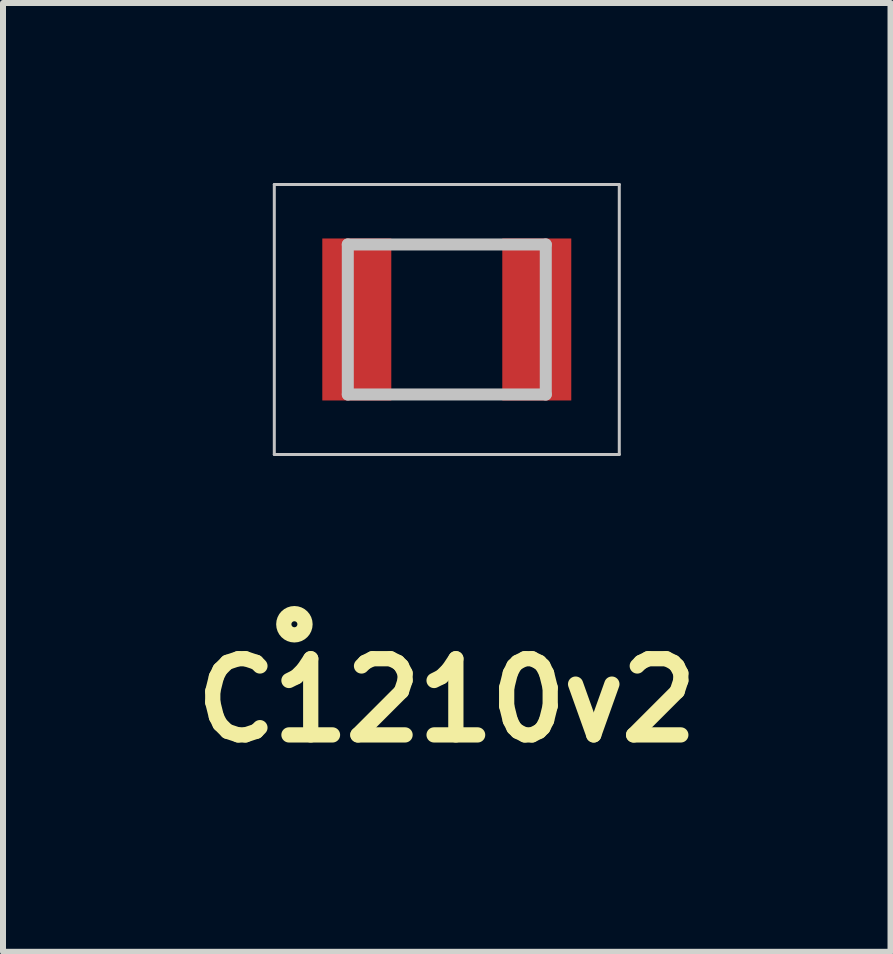
<source format=kicad_pcb>
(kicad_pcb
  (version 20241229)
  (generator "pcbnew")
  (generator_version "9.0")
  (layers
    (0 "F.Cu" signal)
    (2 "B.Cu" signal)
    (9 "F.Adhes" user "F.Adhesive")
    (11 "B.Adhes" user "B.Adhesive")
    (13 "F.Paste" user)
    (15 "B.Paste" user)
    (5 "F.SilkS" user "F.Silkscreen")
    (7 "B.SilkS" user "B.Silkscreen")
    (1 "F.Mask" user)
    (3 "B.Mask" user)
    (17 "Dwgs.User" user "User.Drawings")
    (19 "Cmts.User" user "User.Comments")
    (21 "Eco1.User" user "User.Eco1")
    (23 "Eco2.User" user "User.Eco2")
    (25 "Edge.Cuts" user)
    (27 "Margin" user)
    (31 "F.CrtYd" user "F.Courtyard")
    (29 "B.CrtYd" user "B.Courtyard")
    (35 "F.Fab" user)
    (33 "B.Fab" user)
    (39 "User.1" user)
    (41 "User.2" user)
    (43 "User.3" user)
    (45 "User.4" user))
  (footprint "C1210v2"
    (layer "F.Cu")
    (at 4.397 2.275)
    (property "Reference" "C1210v2" (at 0 6.35 0) (layer "F.SilkS") (effects (font (size 1.27 1.27) (thickness 0.254))))
    (attr smd)
    (fp_circle (center -2.54 5.08) (end -2.59 5.08) (stroke (width 0.254) (type solid)) (fill no) (layer "F.SilkS"))
    (fp_line (start -2.875 -2.25) (end 2.875 -2.25) (stroke (width 0.05) (type solid)) (layer "Dwgs.User"))
    (fp_line (start -2.875 2.25) (end -2.875 -2.25) (stroke (width 0.05) (type solid)) (layer "Dwgs.User"))
    (fp_line (start -1.65 -1.25) (end 1.65 -1.25) (stroke (width 0.2) (type solid)) (layer "Dwgs.User"))
    (fp_line (start -1.65 1.25) (end -1.65 -1.25) (stroke (width 0.2) (type solid)) (layer "Dwgs.User"))
    (fp_line (start 1.65 -1.25) (end 1.65 1.25) (stroke (width 0.2) (type solid)) (layer "Dwgs.User"))
    (fp_line (start 1.65 1.25) (end -1.65 1.25) (stroke (width 0.2) (type solid)) (layer "Dwgs.User"))
    (fp_line (start 2.875 -2.25) (end 2.875 2.25) (stroke (width 0.05) (type solid)) (layer "Dwgs.User"))
    (fp_line (start 2.875 2.25) (end -2.875 2.25) (stroke (width 0.05) (type solid)) (layer "Dwgs.User"))
    (pad "1" smd rect (at -1.5 0) (size 1.15 2.7) (layers "F.Cu" "F.Mask" "F.Paste"))
    (pad "2" smd rect (at 1.5 0) (size 1.15 2.7) (layers "F.Cu" "F.Mask" "F.Paste")))
  (gr_rect
    (start -3 -3)
    (end 11.793 12.814)
    (stroke (width 0.1) (type default))
    (fill no)
    (layer "Edge.Cuts")))
</source>
